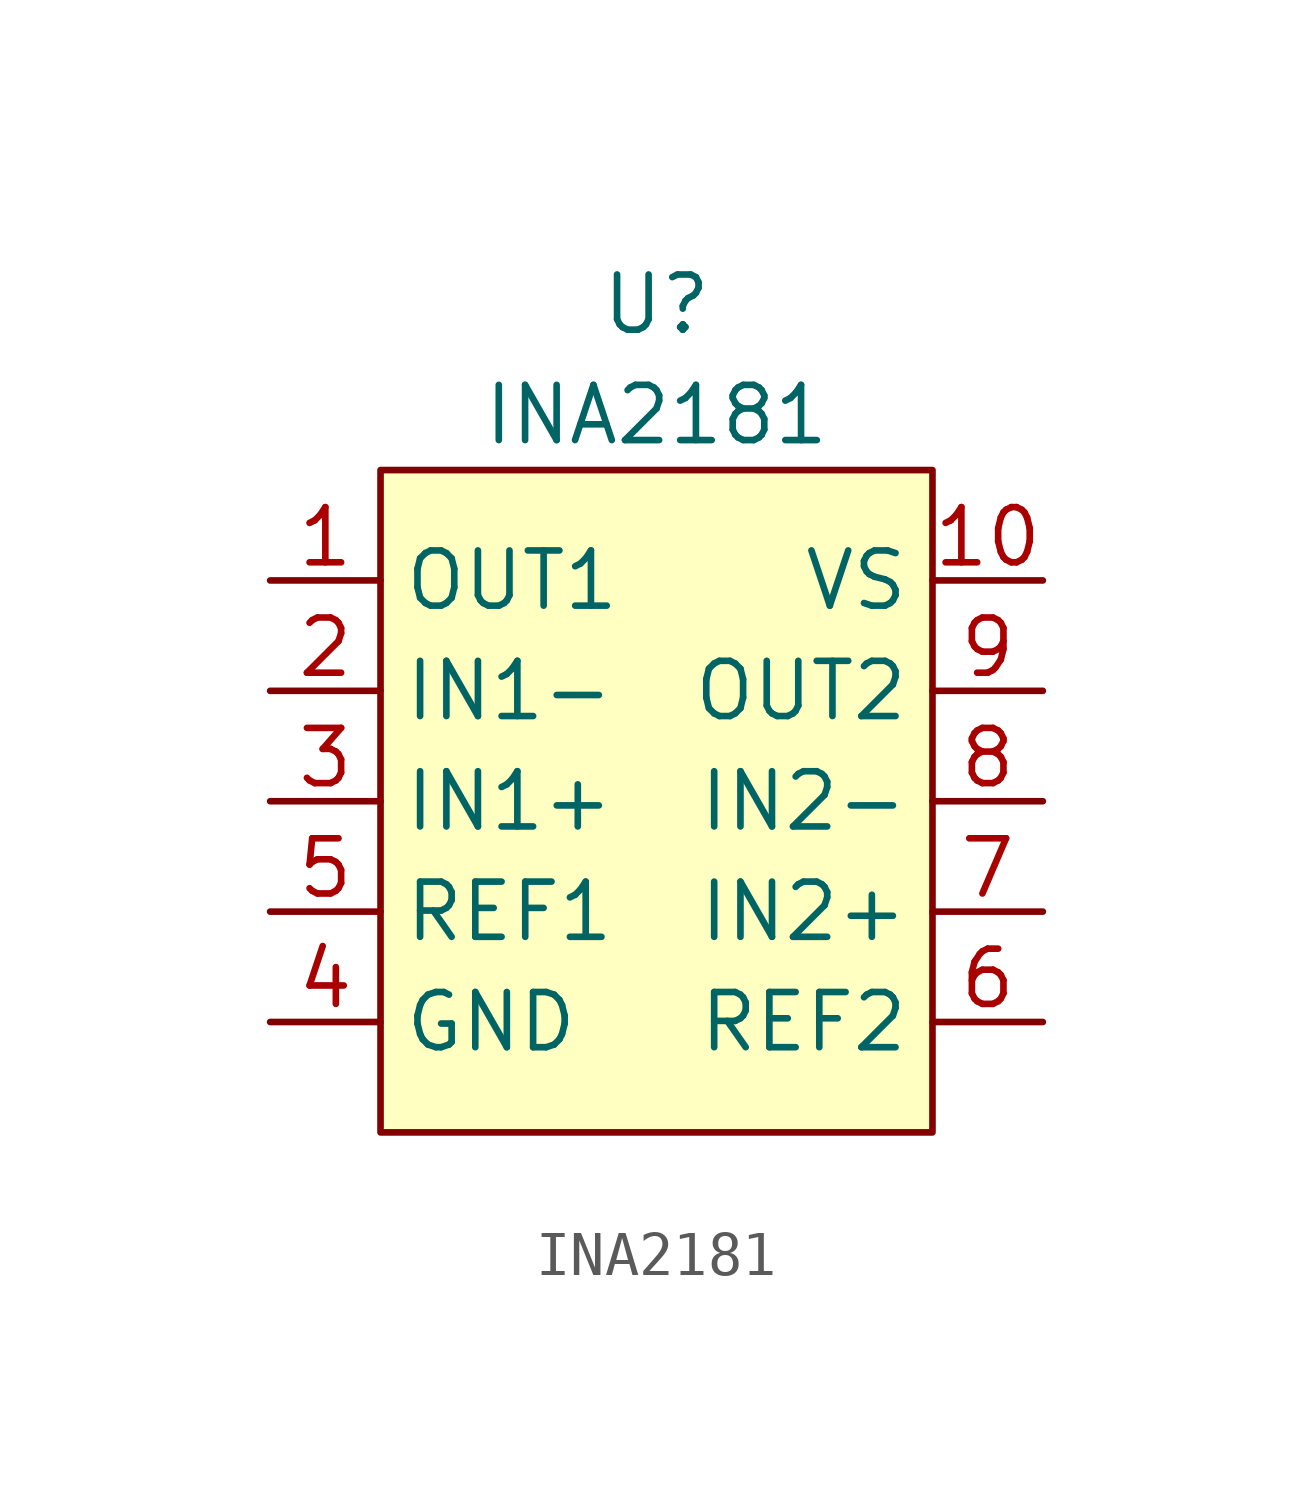
<source format=kicad_sym>
(kicad_symbol_lib
  (version 20220914)
  (generator kicad_symbol_editor)
  (symbol "INA2181"
    (property "Reference" "U"
      (at 0 11.43 0)
      (effects (font (size 1.27 1.27))))
    (property "Value" "INA2181"
      (at 0 8.89 0)
      (effects (font (size 1.27 1.27))))
    (symbol "INA2181_1_1"
      (rectangle (start -6.35 7.62) (end 6.35 -7.62) (stroke (width 0) (type default)) (fill (type background)))
      (pin output line (at -8.89 5.08 0) (length 2.54) (name "OUT1" (effects (font (size 1.27 1.27)))) (number "1" (effects (font (size 1.27 1.27)))))
      (pin power_in line (at 8.89 5.08 180) (length 2.54) (name "VS" (effects (font (size 1.27 1.27)))) (number "10" (effects (font (size 1.27 1.27)))))
      (pin input line (at -8.89 2.54 0) (length 2.54) (name "IN1-" (effects (font (size 1.27 1.27)))) (number "2" (effects (font (size 1.27 1.27)))))
      (pin input line (at -8.89 0 0) (length 2.54) (name "IN1+" (effects (font (size 1.27 1.27)))) (number "3" (effects (font (size 1.27 1.27)))))
      (pin power_in line (at -8.89 -5.08 0) (length 2.54) (name "GND" (effects (font (size 1.27 1.27)))) (number "4" (effects (font (size 1.27 1.27)))))
      (pin input line (at -8.89 -2.54 0) (length 2.54) (name "REF1" (effects (font (size 1.27 1.27)))) (number "5" (effects (font (size 1.27 1.27)))))
      (pin input line (at 8.89 -5.08 180) (length 2.54) (name "REF2" (effects (font (size 1.27 1.27)))) (number "6" (effects (font (size 1.27 1.27)))))
      (pin input line (at 8.89 -2.54 180) (length 2.54) (name "IN2+" (effects (font (size 1.27 1.27)))) (number "7" (effects (font (size 1.27 1.27)))))
      (pin input line (at 8.89 0 180) (length 2.54) (name "IN2-" (effects (font (size 1.27 1.27)))) (number "8" (effects (font (size 1.27 1.27)))))
      (pin output line (at 8.89 2.54 180) (length 2.54) (name "OUT2" (effects (font (size 1.27 1.27)))) (number "9" (effects (font (size 1.27 1.27))))))))
</source>
